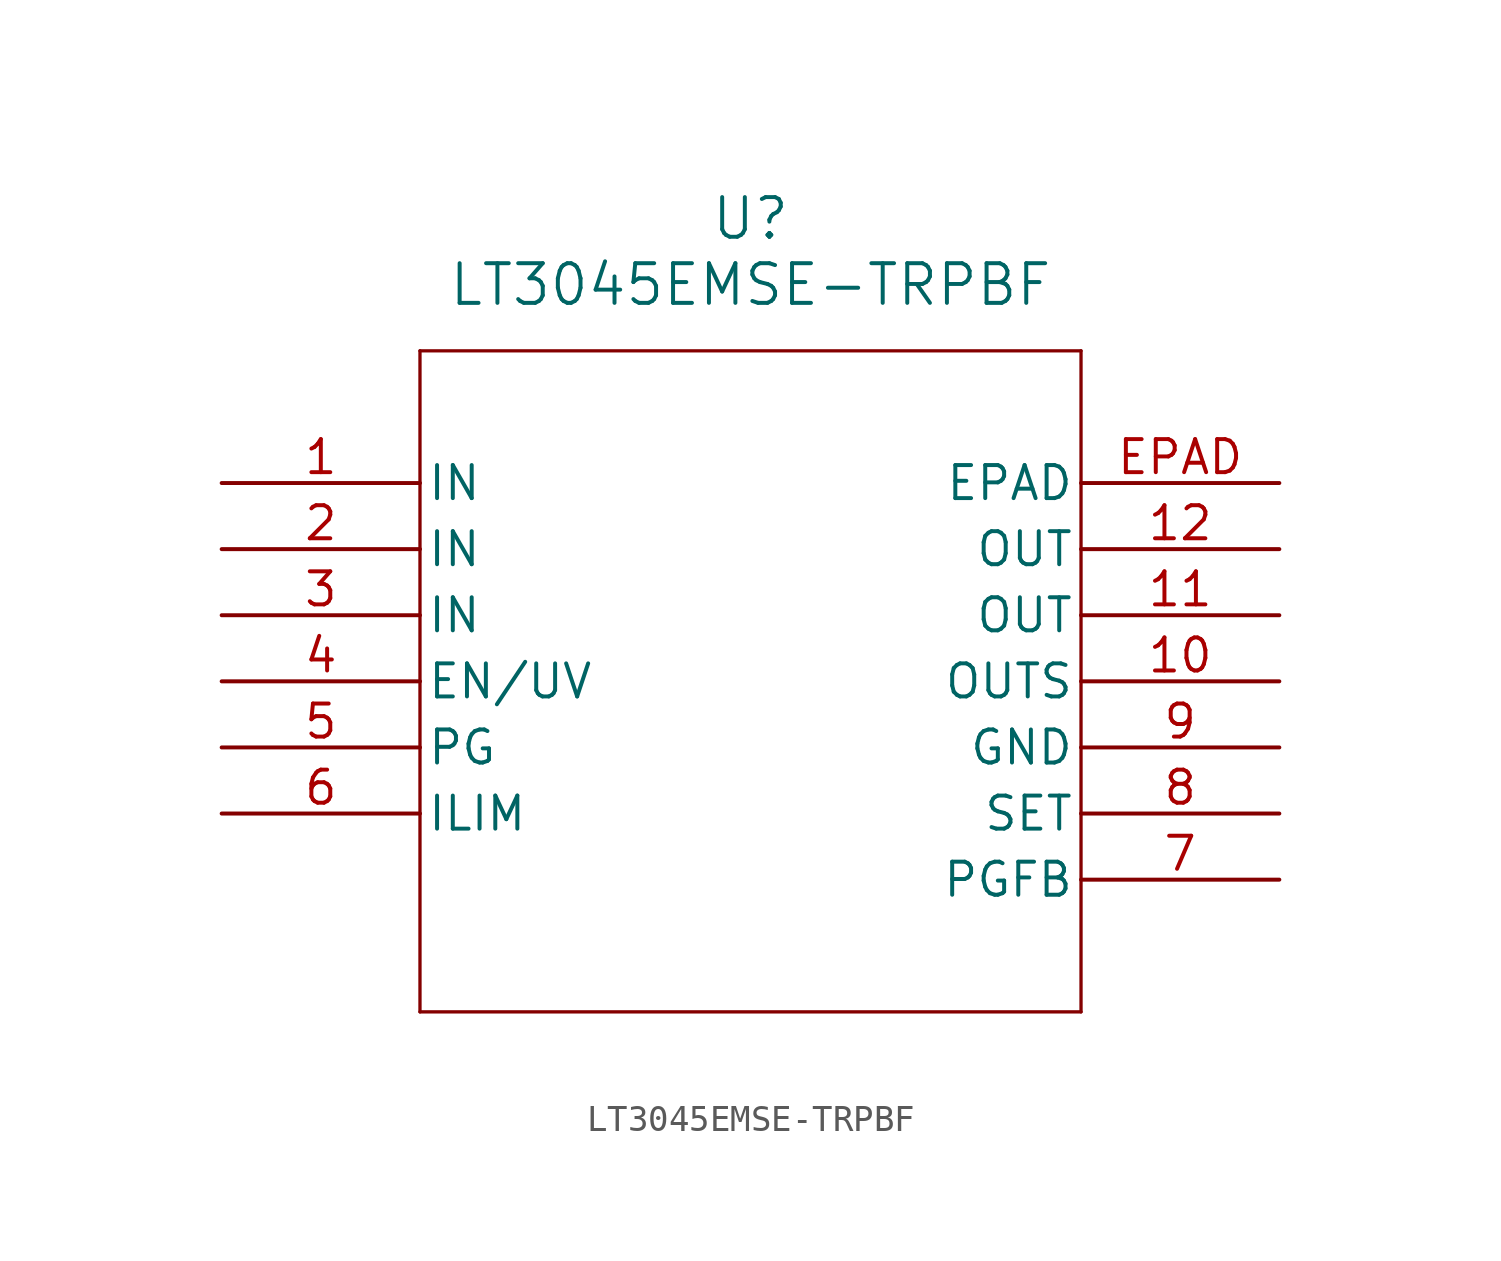
<source format=kicad_sym>
(kicad_symbol_lib
  (version 20211014)
  (generator kicad_symbol_editor)
  (symbol "LT3045EMSE-TRPBF"
    (pin_names
      (offset 0.254))
    (property "Reference" "U"
      (at 20.32 10.16 0)
      (effects (font (size 1.524 1.524))))
    (property "Value" "LT3045EMSE-TRPBF"
      (at 20.32 7.62 0)
      (effects (font (size 1.524 1.524))))
    (symbol "LT3045EMSE-TRPBF_0_1"
      (polyline (pts (xy 7.62 5.08) (xy 7.62 -20.32)) (stroke (width 0.127) (type default) (color 0 0 0 0)) (fill (type none)))
      (polyline (pts (xy 7.62 -20.32) (xy 33.02 -20.32)) (stroke (width 0.127) (type default) (color 0 0 0 0)) (fill (type none)))
      (polyline (pts (xy 33.02 -20.32) (xy 33.02 5.08)) (stroke (width 0.127) (type default) (color 0 0 0 0)) (fill (type none)))
      (polyline (pts (xy 33.02 5.08) (xy 7.62 5.08)) (stroke (width 0.127) (type default) (color 0 0 0 0)) (fill (type none)))
      (pin input line (at 0 0 0) (length 7.62) (name "IN" (effects (font (size 1.27 1.27)))) (number "1" (effects (font (size 1.27 1.27)))))
      (pin input line (at 0 -2.54 0) (length 7.62) (name "IN" (effects (font (size 1.27 1.27)))) (number "2" (effects (font (size 1.27 1.27)))))
      (pin input line (at 0 -5.08 0) (length 7.62) (name "IN" (effects (font (size 1.27 1.27)))) (number "3" (effects (font (size 1.27 1.27)))))
      (pin unspecified line (at 0 -7.62 0) (length 7.62) (name "EN/UV" (effects (font (size 1.27 1.27)))) (number "4" (effects (font (size 1.27 1.27)))))
      (pin unspecified line (at 0 -10.16 0) (length 7.62) (name "PG" (effects (font (size 1.27 1.27)))) (number "5" (effects (font (size 1.27 1.27)))))
      (pin unspecified line (at 0 -12.7 0) (length 7.62) (name "ILIM" (effects (font (size 1.27 1.27)))) (number "6" (effects (font (size 1.27 1.27)))))
      (pin unspecified line (at 40.64 -15.24 180) (length 7.62) (name "PGFB" (effects (font (size 1.27 1.27)))) (number "7" (effects (font (size 1.27 1.27)))))
      (pin unspecified line (at 40.64 -12.7 180) (length 7.62) (name "SET" (effects (font (size 1.27 1.27)))) (number "8" (effects (font (size 1.27 1.27)))))
      (pin power_in line (at 40.64 -10.16 180) (length 7.62) (name "GND" (effects (font (size 1.27 1.27)))) (number "9" (effects (font (size 1.27 1.27)))))
      (pin output line (at 40.64 -7.62 180) (length 7.62) (name "OUTS" (effects (font (size 1.27 1.27)))) (number "10" (effects (font (size 1.27 1.27)))))
      (pin output line (at 40.64 -5.08 180) (length 7.62) (name "OUT" (effects (font (size 1.27 1.27)))) (number "11" (effects (font (size 1.27 1.27)))))
      (pin output line (at 40.64 -2.54 180) (length 7.62) (name "OUT" (effects (font (size 1.27 1.27)))) (number "12" (effects (font (size 1.27 1.27)))))
      (pin unspecified line (at 40.64 0 180) (length 7.62) (name "EPAD" (effects (font (size 1.27 1.27)))) (number "EPAD" (effects (font (size 1.27 1.27))))))))
</source>
